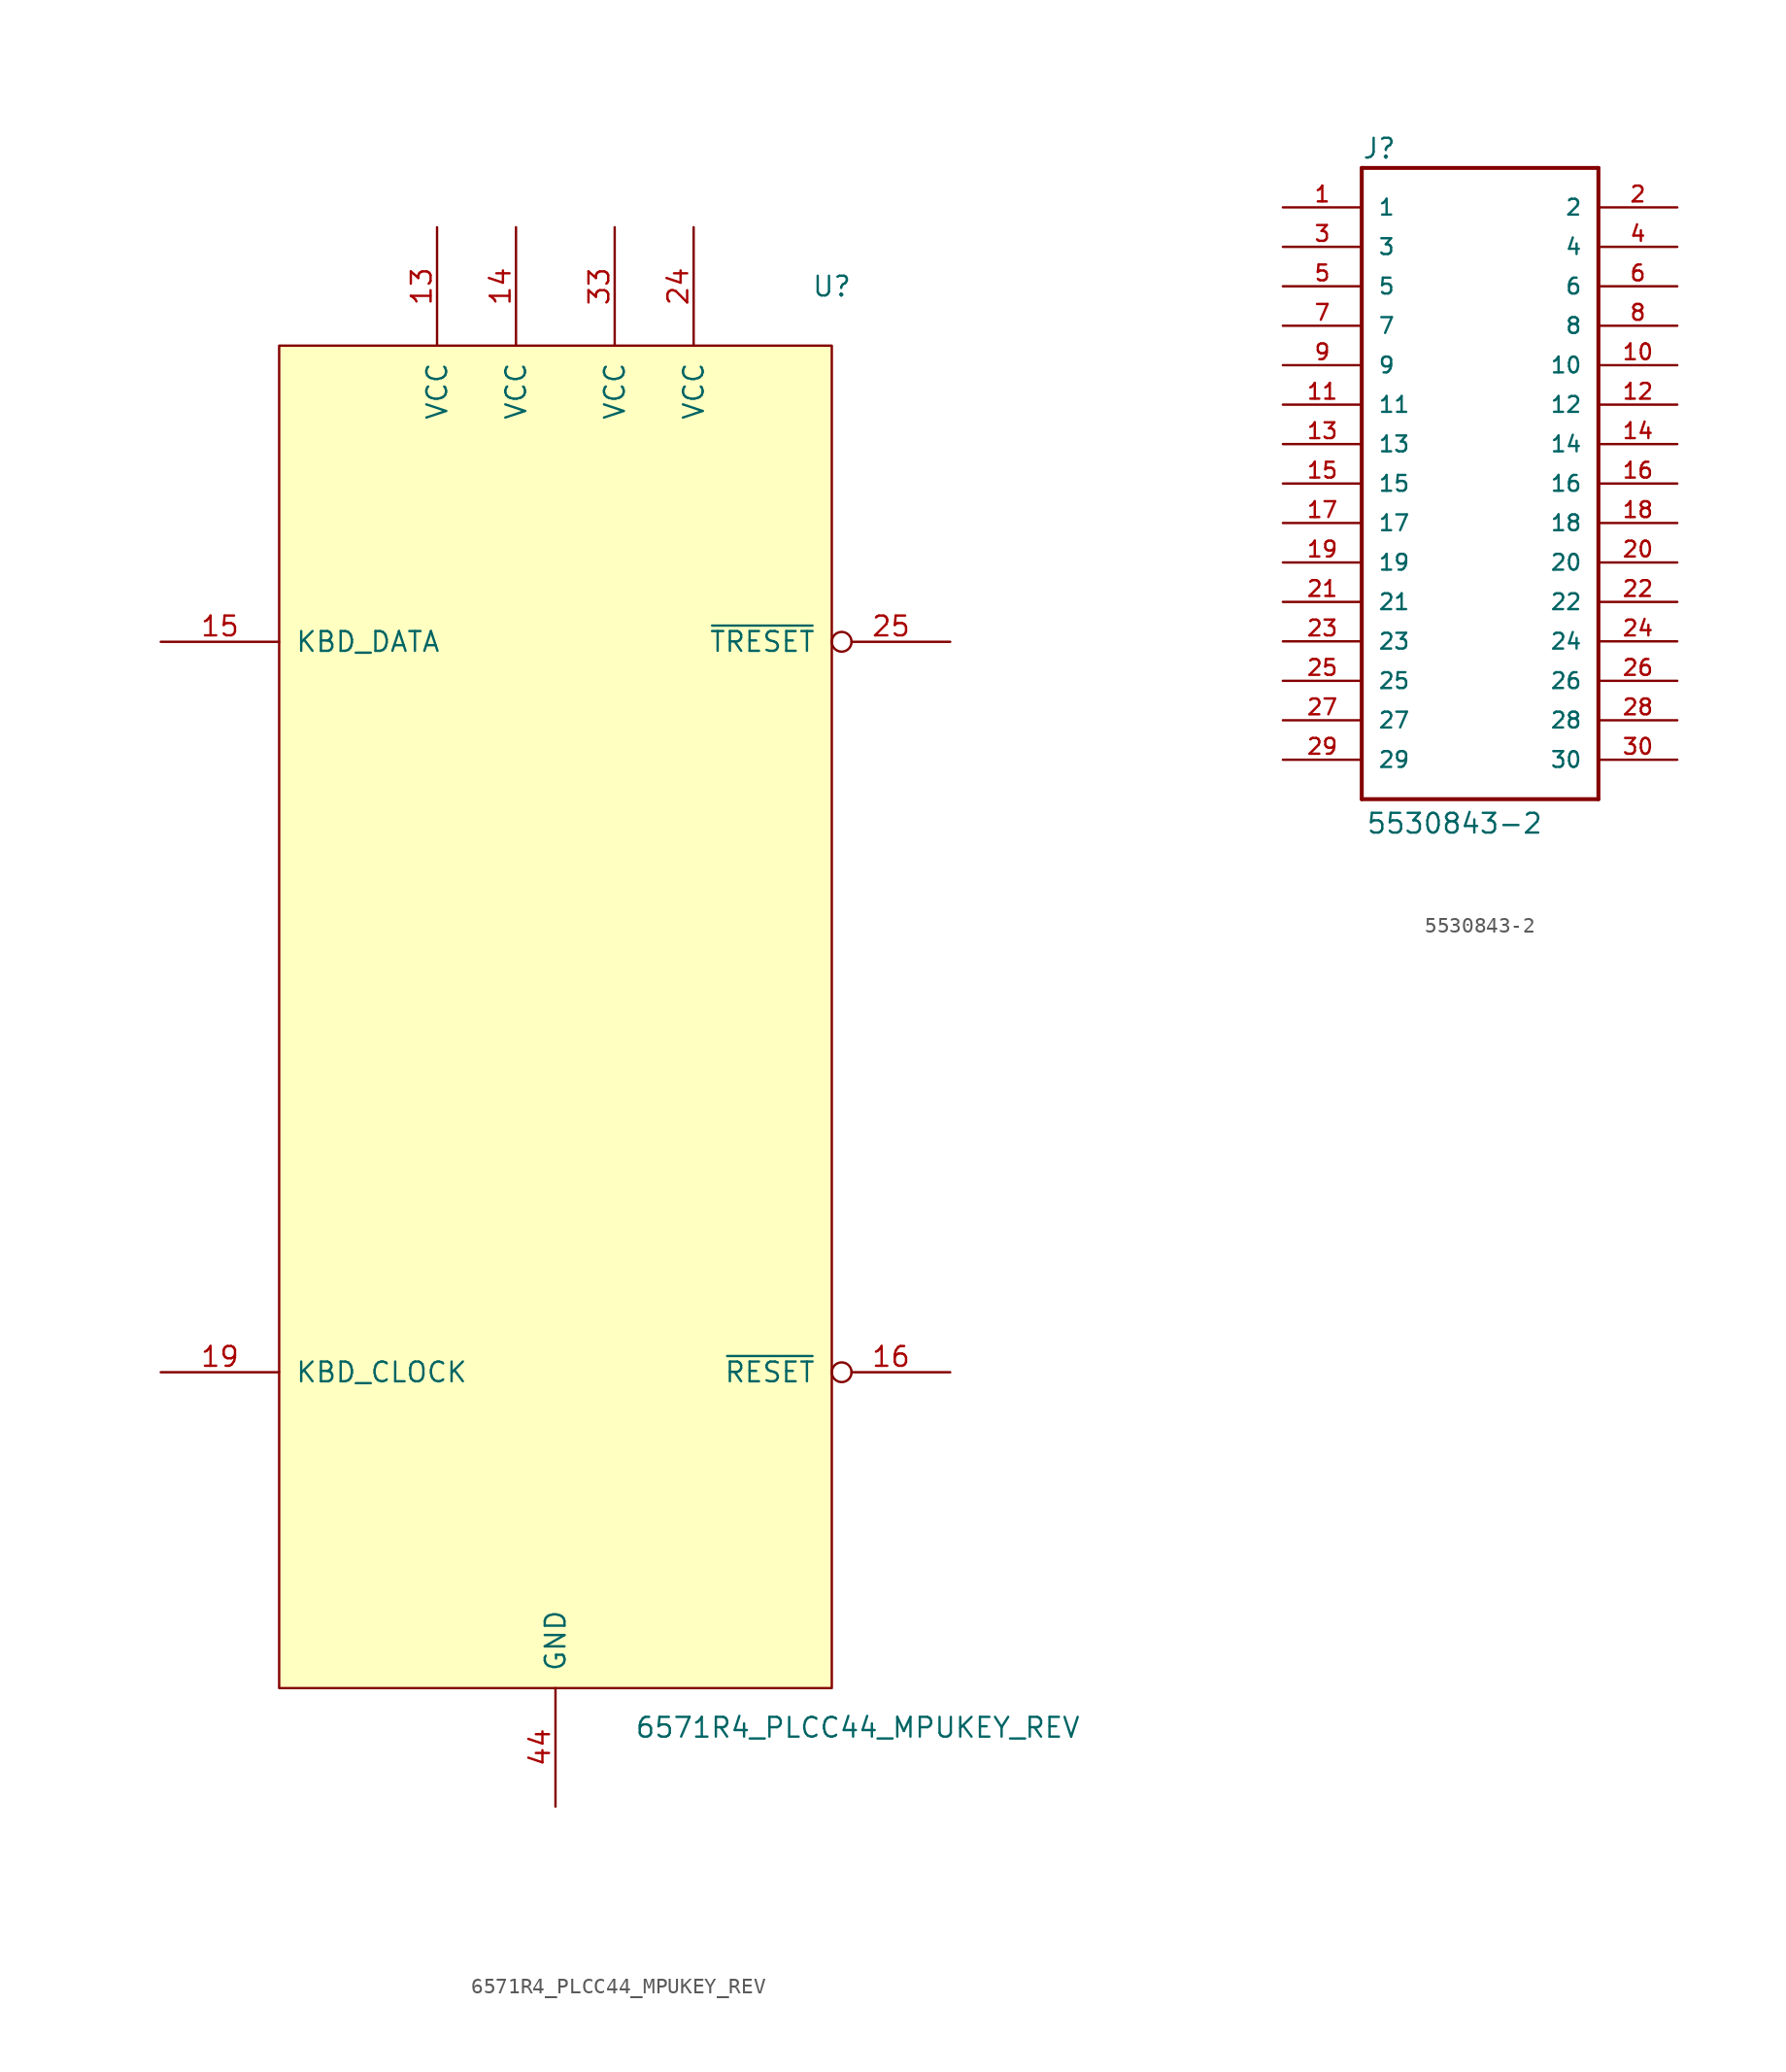
<source format=kicad_sym>
(kicad_symbol_lib
  (version 20241209)
  (generator "kicad_symbol_editor")
  (generator_version "9.0")
  (symbol "6571R4_PLCC44_MPUKEY_REV"
    (pin_names
      (offset 1.016))
    (property "Reference" "U"
      (at 17.78 46.99 0)
      (effects (font (size 1.27 1.27))))
    (property "Value" "6571R4_PLCC44_MPUKEY_REV"
      (at 5.08 -45.72 0)
      (effects (font (size 1.27 1.27)) (justify left)))
    (property "Footprint" ""
      (at 0 0 0)
      (effects (font (size 1.524 1.524))))
    (property "Datasheet" ""
      (at 0 0 0)
      (effects (font (size 1.524 1.524))))
    (symbol "6571R4_PLCC44_MPUKEY_REV_0_1"
      (rectangle (start -17.78 -43.18) (end 17.78 43.18) (stroke (width 0) (type solid)) (fill (type background))))
    (symbol "6571R4_PLCC44_MPUKEY_REV_1_1"
      (pin bidirectional line (at -25.4 24.13 0) (length 7.62) (name "KBD_DATA" (effects (font (size 1.27 1.27)))) (number "15" (effects (font (size 1.27 1.27)))))
      (pin bidirectional line (at -25.4 -22.86 0) (length 7.62) (name "KBD_CLOCK" (effects (font (size 1.27 1.27)))) (number "19" (effects (font (size 1.27 1.27)))))
      (pin power_in line (at -7.62 50.8 270) (length 7.62) (name "VCC" (effects (font (size 1.27 1.27)))) (number "13" (effects (font (size 1.27 1.27)))))
      (pin power_in line (at -2.54 50.8 270) (length 7.62) (name "VCC" (effects (font (size 1.27 1.27)))) (number "14" (effects (font (size 1.27 1.27)))))
      (pin power_in line (at 0 -50.8 90) (length 7.62) (name "GND" (effects (font (size 1.27 1.27)))) (number "44" (effects (font (size 1.27 1.27)))))
      (pin power_in line (at 3.81 50.8 270) (length 7.62) (name "VCC" (effects (font (size 1.27 1.27)))) (number "33" (effects (font (size 1.27 1.27)))))
      (pin power_in line (at 8.89 50.8 270) (length 7.62) (name "VCC" (effects (font (size 1.27 1.27)))) (number "24" (effects (font (size 1.27 1.27)))))
      (pin bidirectional inverted (at 25.4 24.13 180) (length 7.62) (name "~{TRESET}" (effects (font (size 1.27 1.27)))) (number "25" (effects (font (size 1.27 1.27)))))
      (pin bidirectional inverted (at 25.4 -22.86 180) (length 7.62) (name "~{RESET}" (effects (font (size 1.27 1.27)))) (number "16" (effects (font (size 1.27 1.27)))))))
  (symbol "5530843-2"
    (pin_names
      (offset 1.016))
    (property "Reference" "J"
      (at -7.62 20.828 0)
      (effects (font (size 1.27 1.27)) (justify left bottom)))
    (property "Value" "5530843-2"
      (at -7.366 -22.631 0)
      (effects (font (size 1.27 1.27)) (justify left bottom)))
    (property "ki_locked" ""
      (at 0 0 0)
      (effects (font (size 1.27 1.27))))
    (symbol "5530843-2_0_0"
      (polyline (pts (xy -7.62 20.32) (xy -7.62 -20.32)) (stroke (width 0.254) (type solid)) (fill (type none)))
      (polyline (pts (xy -7.62 -20.32) (xy 7.62 -20.32)) (stroke (width 0.254) (type solid)) (fill (type none)))
      (polyline (pts (xy 7.62 20.32) (xy -7.62 20.32)) (stroke (width 0.254) (type solid)) (fill (type none)))
      (polyline (pts (xy 7.62 -20.32) (xy 7.62 20.32)) (stroke (width 0.254) (type solid)) (fill (type none)))
      (pin passive line (at -12.7 17.78 0) (length 5.08) (name "1" (effects (font (size 1.016 1.016)))) (number "1" (effects (font (size 1.016 1.016)))))
      (pin passive line (at -12.7 15.24 0) (length 5.08) (name "3" (effects (font (size 1.016 1.016)))) (number "3" (effects (font (size 1.016 1.016)))))
      (pin passive line (at -12.7 12.7 0) (length 5.08) (name "5" (effects (font (size 1.016 1.016)))) (number "5" (effects (font (size 1.016 1.016)))))
      (pin passive line (at -12.7 10.16 0) (length 5.08) (name "7" (effects (font (size 1.016 1.016)))) (number "7" (effects (font (size 1.016 1.016)))))
      (pin passive line (at -12.7 7.62 0) (length 5.08) (name "9" (effects (font (size 1.016 1.016)))) (number "9" (effects (font (size 1.016 1.016)))))
      (pin passive line (at -12.7 5.08 0) (length 5.08) (name "11" (effects (font (size 1.016 1.016)))) (number "11" (effects (font (size 1.016 1.016)))))
      (pin passive line (at -12.7 2.54 0) (length 5.08) (name "13" (effects (font (size 1.016 1.016)))) (number "13" (effects (font (size 1.016 1.016)))))
      (pin passive line (at -12.7 0 0) (length 5.08) (name "15" (effects (font (size 1.016 1.016)))) (number "15" (effects (font (size 1.016 1.016)))))
      (pin passive line (at -12.7 -2.54 0) (length 5.08) (name "17" (effects (font (size 1.016 1.016)))) (number "17" (effects (font (size 1.016 1.016)))))
      (pin passive line (at -12.7 -5.08 0) (length 5.08) (name "19" (effects (font (size 1.016 1.016)))) (number "19" (effects (font (size 1.016 1.016)))))
      (pin passive line (at -12.7 -7.62 0) (length 5.08) (name "21" (effects (font (size 1.016 1.016)))) (number "21" (effects (font (size 1.016 1.016)))))
      (pin passive line (at -12.7 -10.16 0) (length 5.08) (name "23" (effects (font (size 1.016 1.016)))) (number "23" (effects (font (size 1.016 1.016)))))
      (pin passive line (at -12.7 -12.7 0) (length 5.08) (name "25" (effects (font (size 1.016 1.016)))) (number "25" (effects (font (size 1.016 1.016)))))
      (pin passive line (at -12.7 -15.24 0) (length 5.08) (name "27" (effects (font (size 1.016 1.016)))) (number "27" (effects (font (size 1.016 1.016)))))
      (pin passive line (at -12.7 -17.78 0) (length 5.08) (name "29" (effects (font (size 1.016 1.016)))) (number "29" (effects (font (size 1.016 1.016)))))
      (pin passive line (at 12.7 17.78 180) (length 5.08) (name "2" (effects (font (size 1.016 1.016)))) (number "2" (effects (font (size 1.016 1.016)))))
      (pin passive line (at 12.7 15.24 180) (length 5.08) (name "4" (effects (font (size 1.016 1.016)))) (number "4" (effects (font (size 1.016 1.016)))))
      (pin passive line (at 12.7 12.7 180) (length 5.08) (name "6" (effects (font (size 1.016 1.016)))) (number "6" (effects (font (size 1.016 1.016)))))
      (pin passive line (at 12.7 10.16 180) (length 5.08) (name "8" (effects (font (size 1.016 1.016)))) (number "8" (effects (font (size 1.016 1.016)))))
      (pin passive line (at 12.7 7.62 180) (length 5.08) (name "10" (effects (font (size 1.016 1.016)))) (number "10" (effects (font (size 1.016 1.016)))))
      (pin passive line (at 12.7 5.08 180) (length 5.08) (name "12" (effects (font (size 1.016 1.016)))) (number "12" (effects (font (size 1.016 1.016)))))
      (pin passive line (at 12.7 2.54 180) (length 5.08) (name "14" (effects (font (size 1.016 1.016)))) (number "14" (effects (font (size 1.016 1.016)))))
      (pin passive line (at 12.7 0 180) (length 5.08) (name "16" (effects (font (size 1.016 1.016)))) (number "16" (effects (font (size 1.016 1.016)))))
      (pin passive line (at 12.7 -2.54 180) (length 5.08) (name "18" (effects (font (size 1.016 1.016)))) (number "18" (effects (font (size 1.016 1.016)))))
      (pin passive line (at 12.7 -5.08 180) (length 5.08) (name "20" (effects (font (size 1.016 1.016)))) (number "20" (effects (font (size 1.016 1.016)))))
      (pin passive line (at 12.7 -7.62 180) (length 5.08) (name "22" (effects (font (size 1.016 1.016)))) (number "22" (effects (font (size 1.016 1.016)))))
      (pin passive line (at 12.7 -10.16 180) (length 5.08) (name "24" (effects (font (size 1.016 1.016)))) (number "24" (effects (font (size 1.016 1.016)))))
      (pin passive line (at 12.7 -12.7 180) (length 5.08) (name "26" (effects (font (size 1.016 1.016)))) (number "26" (effects (font (size 1.016 1.016)))))
      (pin passive line (at 12.7 -15.24 180) (length 5.08) (name "28" (effects (font (size 1.016 1.016)))) (number "28" (effects (font (size 1.016 1.016)))))
      (pin passive line (at 12.7 -17.78 180) (length 5.08) (name "30" (effects (font (size 1.016 1.016)))) (number "30" (effects (font (size 1.016 1.016))))))))
</source>
